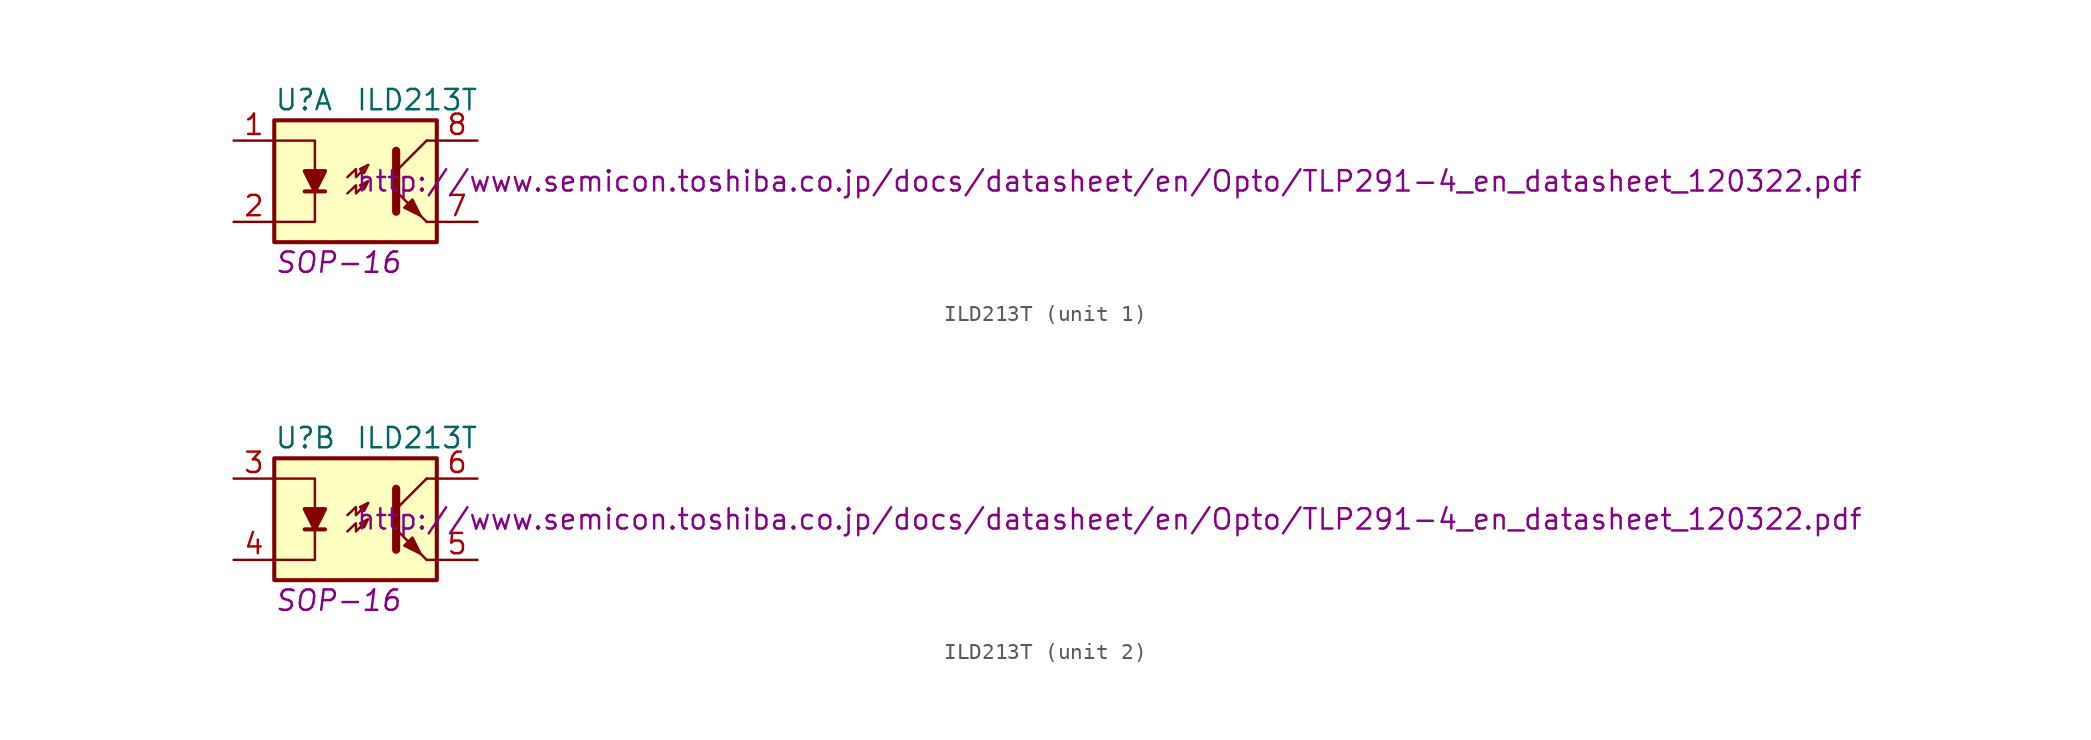
<source format=kicad_sym>
(kicad_symbol_lib
  (version 20220914)
  (generator kicad_symbol_editor)
  (symbol "ILD213T"
    (pin_names
      (offset 1.016))
    (property "Reference" "U"
      (at -5.08 5.08 0)
      (effects (font (size 1.27 1.27)) (justify left)))
    (property "Value" "ILD213T"
      (at 0 5.08 0)
      (effects (font (size 1.27 1.27)) (justify left)))
    (property "Footprint" "SOP-16"
      (at -5.08 -5.08 0)
      (effects (font (size 1.27 1.27) italic) (justify left)))
    (property "Datasheet" "http://www.semicon.toshiba.co.jp/docs/datasheet/en/Opto/TLP291-4_en_datasheet_120322.pdf"
      (at 0 0 0)
      (effects (font (size 1.27 1.27)) (justify left)))
    (symbol "ILD213T_0_1"
      (rectangle (start -5.08 3.81) (end 5.08 -3.81) (stroke (width 0.254) (type solid)) (fill (type background)))
      (polyline (pts (xy -3.175 -0.635) (xy -1.905 -0.635)) (stroke (width 0.254) (type solid)) (fill (type none)))
      (polyline (pts (xy 2.54 0.635) (xy 4.445 2.54)) (stroke (width 0) (type solid)) (fill (type none)))
      (polyline (pts (xy 4.445 -2.54) (xy 2.54 -0.635)) (stroke (width 0) (type solid)) (fill (type outline)))
      (polyline (pts (xy 4.445 -2.54) (xy 5.08 -2.54)) (stroke (width 0) (type solid)) (fill (type none)))
      (polyline (pts (xy 4.445 2.54) (xy 5.08 2.54)) (stroke (width 0) (type solid)) (fill (type none)))
      (polyline (pts (xy -5.08 2.54) (xy -2.54 2.54) (xy -2.54 0.635)) (stroke (width 0) (type solid)) (fill (type none)))
      (polyline (pts (xy -2.54 -0.635) (xy -2.54 -2.54) (xy -5.08 -2.54)) (stroke (width 0) (type solid)) (fill (type none)))
      (polyline (pts (xy 2.54 1.905) (xy 2.54 -1.905) (xy 2.54 -1.905)) (stroke (width 0.508) (type solid)) (fill (type none)))
      (polyline (pts (xy -2.54 -0.635) (xy -3.175 0.635) (xy -1.905 0.635) (xy -2.54 -0.635)) (stroke (width 0.254) (type solid)) (fill (type outline)))
      (polyline (pts (xy -0.508 0.254) (xy 0.025 0.762) (xy 0.025 0.254) (xy 0.787 1.016)) (stroke (width 0) (type solid)) (fill (type none)))
      (polyline (pts (xy 0.787 1.016) (xy 0.279 0.762) (xy 0.533 0.508) (xy 0.787 1.016)) (stroke (width 0) (type solid)) (fill (type none)))
      (polyline (pts (xy 3.048 -1.651) (xy 3.556 -1.143) (xy 4.064 -2.159) (xy 3.048 -1.651) (xy 3.048 -1.651)) (stroke (width 0) (type solid)) (fill (type outline)))
      (polyline (pts (xy -0.508 -0.762) (xy 0.025 -0.254) (xy 0.025 -0.762) (xy 0.787 0) (xy 0.279 -0.254) (xy 0.533 -0.508) (xy 0.787 0)) (stroke (width 0) (type solid)) (fill (type none))))
    (symbol "ILD213T_1_1"
      (pin passive line (at -7.62 2.54 0) (length 2.54) (name "~" (effects (font (size 1.27 1.27)))) (number "1" (effects (font (size 1.27 1.27)))))
      (pin passive line (at -7.62 -2.54 0) (length 2.54) (name "~" (effects (font (size 1.27 1.27)))) (number "2" (effects (font (size 1.27 1.27)))))
      (pin passive line (at 7.62 -2.54 180) (length 2.54) (name "~" (effects (font (size 1.27 1.27)))) (number "7" (effects (font (size 1.27 1.27)))))
      (pin passive line (at 7.62 2.54 180) (length 2.54) (name "~" (effects (font (size 1.27 1.27)))) (number "8" (effects (font (size 1.27 1.27))))))
    (symbol "ILD213T_2_1"
      (pin passive line (at -7.62 2.54 0) (length 2.54) (name "~" (effects (font (size 1.27 1.27)))) (number "3" (effects (font (size 1.27 1.27)))))
      (pin passive line (at -7.62 -2.54 0) (length 2.54) (name "~" (effects (font (size 1.27 1.27)))) (number "4" (effects (font (size 1.27 1.27)))))
      (pin passive line (at 7.62 -2.54 180) (length 2.54) (name "~" (effects (font (size 1.27 1.27)))) (number "5" (effects (font (size 1.27 1.27)))))
      (pin passive line (at 7.62 2.54 180) (length 2.54) (name "~" (effects (font (size 1.27 1.27)))) (number "6" (effects (font (size 1.27 1.27))))))))
</source>
